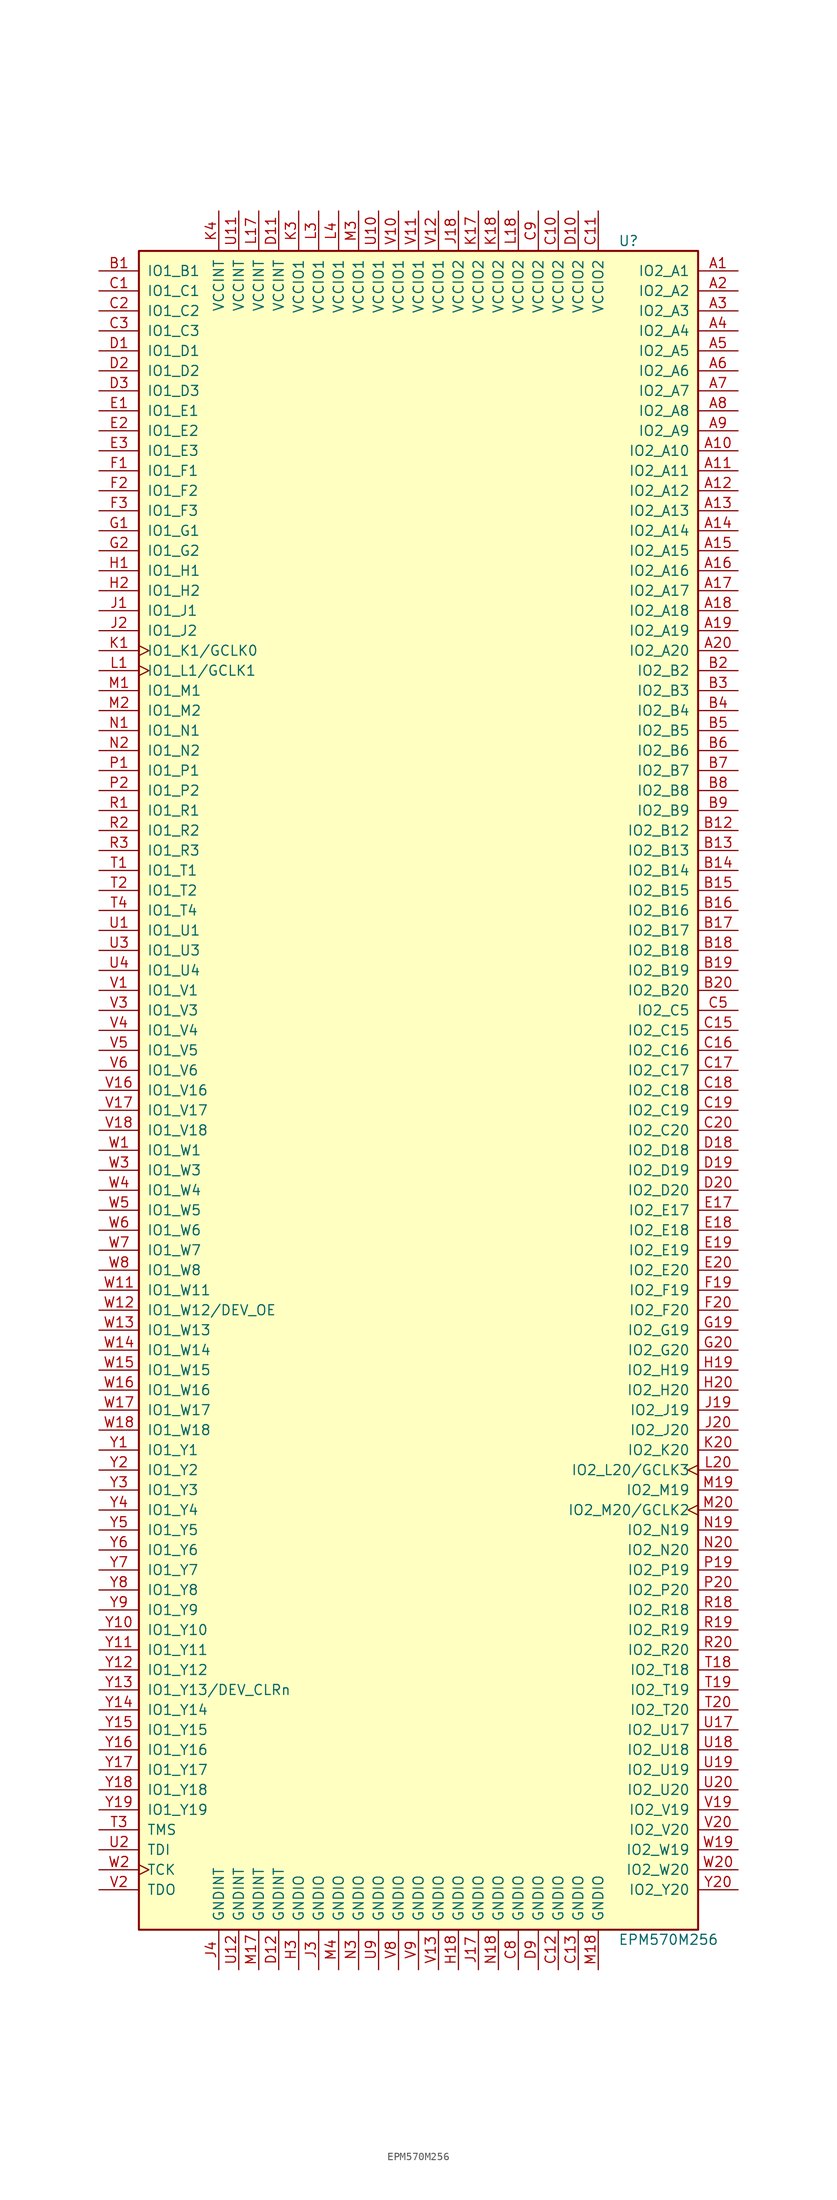
<source format=kicad_sym>
(kicad_symbol_lib
  (version 20211014)
  (generator kicad_symbol_editor)
  (symbol "EPM570M256"
    (pin_names
      (offset 1.016))
    (property "Reference" "U"
      (at 25.4 107.95 0)
      (effects (font (size 1.27 1.27)) (justify left)))
    (property "Value" "EPM570M256"
      (at 25.4 -107.95 0)
      (effects (font (size 1.27 1.27)) (justify left)))
    (property "ki_locked" ""
      (at 0 0 0)
      (effects (font (size 1.27 1.27))))
    (symbol "EPM570M256_1_1"
      (rectangle (start -35.56 106.68) (end 35.56 -106.68) (stroke (width 0.254) (type default) (color 0 0 0 0)) (fill (type background)))
      (pin bidirectional line (at 40.64 104.14 180) (length 5.08) (name "IO2_A1" (effects (font (size 1.27 1.27)))) (number "A1" (effects (font (size 1.27 1.27)))))
      (pin bidirectional line (at 40.64 81.28 180) (length 5.08) (name "IO2_A10" (effects (font (size 1.27 1.27)))) (number "A10" (effects (font (size 1.27 1.27)))))
      (pin bidirectional line (at 40.64 78.74 180) (length 5.08) (name "IO2_A11" (effects (font (size 1.27 1.27)))) (number "A11" (effects (font (size 1.27 1.27)))))
      (pin bidirectional line (at 40.64 76.2 180) (length 5.08) (name "IO2_A12" (effects (font (size 1.27 1.27)))) (number "A12" (effects (font (size 1.27 1.27)))))
      (pin bidirectional line (at 40.64 73.66 180) (length 5.08) (name "IO2_A13" (effects (font (size 1.27 1.27)))) (number "A13" (effects (font (size 1.27 1.27)))))
      (pin bidirectional line (at 40.64 71.12 180) (length 5.08) (name "IO2_A14" (effects (font (size 1.27 1.27)))) (number "A14" (effects (font (size 1.27 1.27)))))
      (pin bidirectional line (at 40.64 68.58 180) (length 5.08) (name "IO2_A15" (effects (font (size 1.27 1.27)))) (number "A15" (effects (font (size 1.27 1.27)))))
      (pin bidirectional line (at 40.64 66.04 180) (length 5.08) (name "IO2_A16" (effects (font (size 1.27 1.27)))) (number "A16" (effects (font (size 1.27 1.27)))))
      (pin bidirectional line (at 40.64 63.5 180) (length 5.08) (name "IO2_A17" (effects (font (size 1.27 1.27)))) (number "A17" (effects (font (size 1.27 1.27)))))
      (pin bidirectional line (at 40.64 60.96 180) (length 5.08) (name "IO2_A18" (effects (font (size 1.27 1.27)))) (number "A18" (effects (font (size 1.27 1.27)))))
      (pin bidirectional line (at 40.64 58.42 180) (length 5.08) (name "IO2_A19" (effects (font (size 1.27 1.27)))) (number "A19" (effects (font (size 1.27 1.27)))))
      (pin bidirectional line (at 40.64 101.6 180) (length 5.08) (name "IO2_A2" (effects (font (size 1.27 1.27)))) (number "A2" (effects (font (size 1.27 1.27)))))
      (pin bidirectional line (at 40.64 55.88 180) (length 5.08) (name "IO2_A20" (effects (font (size 1.27 1.27)))) (number "A20" (effects (font (size 1.27 1.27)))))
      (pin bidirectional line (at 40.64 99.06 180) (length 5.08) (name "IO2_A3" (effects (font (size 1.27 1.27)))) (number "A3" (effects (font (size 1.27 1.27)))))
      (pin bidirectional line (at 40.64 96.52 180) (length 5.08) (name "IO2_A4" (effects (font (size 1.27 1.27)))) (number "A4" (effects (font (size 1.27 1.27)))))
      (pin bidirectional line (at 40.64 93.98 180) (length 5.08) (name "IO2_A5" (effects (font (size 1.27 1.27)))) (number "A5" (effects (font (size 1.27 1.27)))))
      (pin bidirectional line (at 40.64 91.44 180) (length 5.08) (name "IO2_A6" (effects (font (size 1.27 1.27)))) (number "A6" (effects (font (size 1.27 1.27)))))
      (pin bidirectional line (at 40.64 88.9 180) (length 5.08) (name "IO2_A7" (effects (font (size 1.27 1.27)))) (number "A7" (effects (font (size 1.27 1.27)))))
      (pin bidirectional line (at 40.64 86.36 180) (length 5.08) (name "IO2_A8" (effects (font (size 1.27 1.27)))) (number "A8" (effects (font (size 1.27 1.27)))))
      (pin bidirectional line (at 40.64 83.82 180) (length 5.08) (name "IO2_A9" (effects (font (size 1.27 1.27)))) (number "A9" (effects (font (size 1.27 1.27)))))
      (pin bidirectional line (at -40.64 104.14 0) (length 5.08) (name "IO1_B1" (effects (font (size 1.27 1.27)))) (number "B1" (effects (font (size 1.27 1.27)))))
      (pin bidirectional line (at 40.64 33.02 180) (length 5.08) (name "IO2_B12" (effects (font (size 1.27 1.27)))) (number "B12" (effects (font (size 1.27 1.27)))))
      (pin bidirectional line (at 40.64 30.48 180) (length 5.08) (name "IO2_B13" (effects (font (size 1.27 1.27)))) (number "B13" (effects (font (size 1.27 1.27)))))
      (pin bidirectional line (at 40.64 27.94 180) (length 5.08) (name "IO2_B14" (effects (font (size 1.27 1.27)))) (number "B14" (effects (font (size 1.27 1.27)))))
      (pin bidirectional line (at 40.64 25.4 180) (length 5.08) (name "IO2_B15" (effects (font (size 1.27 1.27)))) (number "B15" (effects (font (size 1.27 1.27)))))
      (pin bidirectional line (at 40.64 22.86 180) (length 5.08) (name "IO2_B16" (effects (font (size 1.27 1.27)))) (number "B16" (effects (font (size 1.27 1.27)))))
      (pin bidirectional line (at 40.64 20.32 180) (length 5.08) (name "IO2_B17" (effects (font (size 1.27 1.27)))) (number "B17" (effects (font (size 1.27 1.27)))))
      (pin bidirectional line (at 40.64 17.78 180) (length 5.08) (name "IO2_B18" (effects (font (size 1.27 1.27)))) (number "B18" (effects (font (size 1.27 1.27)))))
      (pin bidirectional line (at 40.64 15.24 180) (length 5.08) (name "IO2_B19" (effects (font (size 1.27 1.27)))) (number "B19" (effects (font (size 1.27 1.27)))))
      (pin bidirectional line (at 40.64 53.34 180) (length 5.08) (name "IO2_B2" (effects (font (size 1.27 1.27)))) (number "B2" (effects (font (size 1.27 1.27)))))
      (pin bidirectional line (at 40.64 12.7 180) (length 5.08) (name "IO2_B20" (effects (font (size 1.27 1.27)))) (number "B20" (effects (font (size 1.27 1.27)))))
      (pin bidirectional line (at 40.64 50.8 180) (length 5.08) (name "IO2_B3" (effects (font (size 1.27 1.27)))) (number "B3" (effects (font (size 1.27 1.27)))))
      (pin bidirectional line (at 40.64 48.26 180) (length 5.08) (name "IO2_B4" (effects (font (size 1.27 1.27)))) (number "B4" (effects (font (size 1.27 1.27)))))
      (pin bidirectional line (at 40.64 45.72 180) (length 5.08) (name "IO2_B5" (effects (font (size 1.27 1.27)))) (number "B5" (effects (font (size 1.27 1.27)))))
      (pin bidirectional line (at 40.64 43.18 180) (length 5.08) (name "IO2_B6" (effects (font (size 1.27 1.27)))) (number "B6" (effects (font (size 1.27 1.27)))))
      (pin bidirectional line (at 40.64 40.64 180) (length 5.08) (name "IO2_B7" (effects (font (size 1.27 1.27)))) (number "B7" (effects (font (size 1.27 1.27)))))
      (pin bidirectional line (at 40.64 38.1 180) (length 5.08) (name "IO2_B8" (effects (font (size 1.27 1.27)))) (number "B8" (effects (font (size 1.27 1.27)))))
      (pin bidirectional line (at 40.64 35.56 180) (length 5.08) (name "IO2_B9" (effects (font (size 1.27 1.27)))) (number "B9" (effects (font (size 1.27 1.27)))))
      (pin bidirectional line (at -40.64 101.6 0) (length 5.08) (name "IO1_C1" (effects (font (size 1.27 1.27)))) (number "C1" (effects (font (size 1.27 1.27)))))
      (pin power_in line (at 17.78 111.76 270) (length 5.08) (name "VCCIO2" (effects (font (size 1.27 1.27)))) (number "C10" (effects (font (size 1.27 1.27)))))
      (pin power_in line (at 22.86 111.76 270) (length 5.08) (name "VCCIO2" (effects (font (size 1.27 1.27)))) (number "C11" (effects (font (size 1.27 1.27)))))
      (pin power_in line (at 17.78 -111.76 90) (length 5.08) (name "GNDIO" (effects (font (size 1.27 1.27)))) (number "C12" (effects (font (size 1.27 1.27)))))
      (pin power_in line (at 20.32 -111.76 90) (length 5.08) (name "GNDIO" (effects (font (size 1.27 1.27)))) (number "C13" (effects (font (size 1.27 1.27)))))
      (pin bidirectional line (at 40.64 7.62 180) (length 5.08) (name "IO2_C15" (effects (font (size 1.27 1.27)))) (number "C15" (effects (font (size 1.27 1.27)))))
      (pin bidirectional line (at 40.64 5.08 180) (length 5.08) (name "IO2_C16" (effects (font (size 1.27 1.27)))) (number "C16" (effects (font (size 1.27 1.27)))))
      (pin bidirectional line (at 40.64 2.54 180) (length 5.08) (name "IO2_C17" (effects (font (size 1.27 1.27)))) (number "C17" (effects (font (size 1.27 1.27)))))
      (pin bidirectional line (at 40.64 0 180) (length 5.08) (name "IO2_C18" (effects (font (size 1.27 1.27)))) (number "C18" (effects (font (size 1.27 1.27)))))
      (pin bidirectional line (at 40.64 -2.54 180) (length 5.08) (name "IO2_C19" (effects (font (size 1.27 1.27)))) (number "C19" (effects (font (size 1.27 1.27)))))
      (pin bidirectional line (at -40.64 99.06 0) (length 5.08) (name "IO1_C2" (effects (font (size 1.27 1.27)))) (number "C2" (effects (font (size 1.27 1.27)))))
      (pin bidirectional line (at 40.64 -5.08 180) (length 5.08) (name "IO2_C20" (effects (font (size 1.27 1.27)))) (number "C20" (effects (font (size 1.27 1.27)))))
      (pin bidirectional line (at -40.64 96.52 0) (length 5.08) (name "IO1_C3" (effects (font (size 1.27 1.27)))) (number "C3" (effects (font (size 1.27 1.27)))))
      (pin bidirectional line (at 40.64 10.16 180) (length 5.08) (name "IO2_C5" (effects (font (size 1.27 1.27)))) (number "C5" (effects (font (size 1.27 1.27)))))
      (pin power_in line (at 12.7 -111.76 90) (length 5.08) (name "GNDIO" (effects (font (size 1.27 1.27)))) (number "C8" (effects (font (size 1.27 1.27)))))
      (pin power_in line (at 15.24 111.76 270) (length 5.08) (name "VCCIO2" (effects (font (size 1.27 1.27)))) (number "C9" (effects (font (size 1.27 1.27)))))
      (pin bidirectional line (at -40.64 93.98 0) (length 5.08) (name "IO1_D1" (effects (font (size 1.27 1.27)))) (number "D1" (effects (font (size 1.27 1.27)))))
      (pin power_in line (at 20.32 111.76 270) (length 5.08) (name "VCCIO2" (effects (font (size 1.27 1.27)))) (number "D10" (effects (font (size 1.27 1.27)))))
      (pin power_in line (at -17.78 111.76 270) (length 5.08) (name "VCCINT" (effects (font (size 1.27 1.27)))) (number "D11" (effects (font (size 1.27 1.27)))))
      (pin power_in line (at -17.78 -111.76 90) (length 5.08) (name "GNDINT" (effects (font (size 1.27 1.27)))) (number "D12" (effects (font (size 1.27 1.27)))))
      (pin bidirectional line (at 40.64 -7.62 180) (length 5.08) (name "IO2_D18" (effects (font (size 1.27 1.27)))) (number "D18" (effects (font (size 1.27 1.27)))))
      (pin bidirectional line (at 40.64 -10.16 180) (length 5.08) (name "IO2_D19" (effects (font (size 1.27 1.27)))) (number "D19" (effects (font (size 1.27 1.27)))))
      (pin bidirectional line (at -40.64 91.44 0) (length 5.08) (name "IO1_D2" (effects (font (size 1.27 1.27)))) (number "D2" (effects (font (size 1.27 1.27)))))
      (pin bidirectional line (at 40.64 -12.7 180) (length 5.08) (name "IO2_D20" (effects (font (size 1.27 1.27)))) (number "D20" (effects (font (size 1.27 1.27)))))
      (pin bidirectional line (at -40.64 88.9 0) (length 5.08) (name "IO1_D3" (effects (font (size 1.27 1.27)))) (number "D3" (effects (font (size 1.27 1.27)))))
      (pin power_in line (at 15.24 -111.76 90) (length 5.08) (name "GNDIO" (effects (font (size 1.27 1.27)))) (number "D9" (effects (font (size 1.27 1.27)))))
      (pin bidirectional line (at -40.64 86.36 0) (length 5.08) (name "IO1_E1" (effects (font (size 1.27 1.27)))) (number "E1" (effects (font (size 1.27 1.27)))))
      (pin bidirectional line (at 40.64 -15.24 180) (length 5.08) (name "IO2_E17" (effects (font (size 1.27 1.27)))) (number "E17" (effects (font (size 1.27 1.27)))))
      (pin bidirectional line (at 40.64 -17.78 180) (length 5.08) (name "IO2_E18" (effects (font (size 1.27 1.27)))) (number "E18" (effects (font (size 1.27 1.27)))))
      (pin bidirectional line (at 40.64 -20.32 180) (length 5.08) (name "IO2_E19" (effects (font (size 1.27 1.27)))) (number "E19" (effects (font (size 1.27 1.27)))))
      (pin bidirectional line (at -40.64 83.82 0) (length 5.08) (name "IO1_E2" (effects (font (size 1.27 1.27)))) (number "E2" (effects (font (size 1.27 1.27)))))
      (pin bidirectional line (at 40.64 -22.86 180) (length 5.08) (name "IO2_E20" (effects (font (size 1.27 1.27)))) (number "E20" (effects (font (size 1.27 1.27)))))
      (pin bidirectional line (at -40.64 81.28 0) (length 5.08) (name "IO1_E3" (effects (font (size 1.27 1.27)))) (number "E3" (effects (font (size 1.27 1.27)))))
      (pin bidirectional line (at -40.64 78.74 0) (length 5.08) (name "IO1_F1" (effects (font (size 1.27 1.27)))) (number "F1" (effects (font (size 1.27 1.27)))))
      (pin bidirectional line (at 40.64 -25.4 180) (length 5.08) (name "IO2_F19" (effects (font (size 1.27 1.27)))) (number "F19" (effects (font (size 1.27 1.27)))))
      (pin bidirectional line (at -40.64 76.2 0) (length 5.08) (name "IO1_F2" (effects (font (size 1.27 1.27)))) (number "F2" (effects (font (size 1.27 1.27)))))
      (pin bidirectional line (at 40.64 -27.94 180) (length 5.08) (name "IO2_F20" (effects (font (size 1.27 1.27)))) (number "F20" (effects (font (size 1.27 1.27)))))
      (pin bidirectional line (at -40.64 73.66 0) (length 5.08) (name "IO1_F3" (effects (font (size 1.27 1.27)))) (number "F3" (effects (font (size 1.27 1.27)))))
      (pin bidirectional line (at -40.64 71.12 0) (length 5.08) (name "IO1_G1" (effects (font (size 1.27 1.27)))) (number "G1" (effects (font (size 1.27 1.27)))))
      (pin bidirectional line (at 40.64 -30.48 180) (length 5.08) (name "IO2_G19" (effects (font (size 1.27 1.27)))) (number "G19" (effects (font (size 1.27 1.27)))))
      (pin bidirectional line (at -40.64 68.58 0) (length 5.08) (name "IO1_G2" (effects (font (size 1.27 1.27)))) (number "G2" (effects (font (size 1.27 1.27)))))
      (pin bidirectional line (at 40.64 -33.02 180) (length 5.08) (name "IO2_G20" (effects (font (size 1.27 1.27)))) (number "G20" (effects (font (size 1.27 1.27)))))
      (pin bidirectional line (at -40.64 66.04 0) (length 5.08) (name "IO1_H1" (effects (font (size 1.27 1.27)))) (number "H1" (effects (font (size 1.27 1.27)))))
      (pin power_in line (at 5.08 -111.76 90) (length 5.08) (name "GNDIO" (effects (font (size 1.27 1.27)))) (number "H18" (effects (font (size 1.27 1.27)))))
      (pin bidirectional line (at 40.64 -35.56 180) (length 5.08) (name "IO2_H19" (effects (font (size 1.27 1.27)))) (number "H19" (effects (font (size 1.27 1.27)))))
      (pin bidirectional line (at -40.64 63.5 0) (length 5.08) (name "IO1_H2" (effects (font (size 1.27 1.27)))) (number "H2" (effects (font (size 1.27 1.27)))))
      (pin bidirectional line (at 40.64 -38.1 180) (length 5.08) (name "IO2_H20" (effects (font (size 1.27 1.27)))) (number "H20" (effects (font (size 1.27 1.27)))))
      (pin power_in line (at -15.24 -111.76 90) (length 5.08) (name "GNDIO" (effects (font (size 1.27 1.27)))) (number "H3" (effects (font (size 1.27 1.27)))))
      (pin bidirectional line (at -40.64 60.96 0) (length 5.08) (name "IO1_J1" (effects (font (size 1.27 1.27)))) (number "J1" (effects (font (size 1.27 1.27)))))
      (pin power_in line (at 7.62 -111.76 90) (length 5.08) (name "GNDIO" (effects (font (size 1.27 1.27)))) (number "J17" (effects (font (size 1.27 1.27)))))
      (pin power_in line (at 5.08 111.76 270) (length 5.08) (name "VCCIO2" (effects (font (size 1.27 1.27)))) (number "J18" (effects (font (size 1.27 1.27)))))
      (pin bidirectional line (at 40.64 -40.64 180) (length 5.08) (name "IO2_J19" (effects (font (size 1.27 1.27)))) (number "J19" (effects (font (size 1.27 1.27)))))
      (pin bidirectional line (at -40.64 58.42 0) (length 5.08) (name "IO1_J2" (effects (font (size 1.27 1.27)))) (number "J2" (effects (font (size 1.27 1.27)))))
      (pin bidirectional line (at 40.64 -43.18 180) (length 5.08) (name "IO2_J20" (effects (font (size 1.27 1.27)))) (number "J20" (effects (font (size 1.27 1.27)))))
      (pin power_in line (at -12.7 -111.76 90) (length 5.08) (name "GNDIO" (effects (font (size 1.27 1.27)))) (number "J3" (effects (font (size 1.27 1.27)))))
      (pin power_in line (at -25.4 -111.76 90) (length 5.08) (name "GNDINT" (effects (font (size 1.27 1.27)))) (number "J4" (effects (font (size 1.27 1.27)))))
      (pin bidirectional clock (at -40.64 55.88 0) (length 5.08) (name "IO1_K1/GCLK0" (effects (font (size 1.27 1.27)))) (number "K1" (effects (font (size 1.27 1.27)))))
      (pin power_in line (at 7.62 111.76 270) (length 5.08) (name "VCCIO2" (effects (font (size 1.27 1.27)))) (number "K17" (effects (font (size 1.27 1.27)))))
      (pin power_in line (at 10.16 111.76 270) (length 5.08) (name "VCCIO2" (effects (font (size 1.27 1.27)))) (number "K18" (effects (font (size 1.27 1.27)))))
      (pin bidirectional line (at 40.64 -45.72 180) (length 5.08) (name "IO2_K20" (effects (font (size 1.27 1.27)))) (number "K20" (effects (font (size 1.27 1.27)))))
      (pin power_in line (at -15.24 111.76 270) (length 5.08) (name "VCCIO1" (effects (font (size 1.27 1.27)))) (number "K3" (effects (font (size 1.27 1.27)))))
      (pin power_in line (at -25.4 111.76 270) (length 5.08) (name "VCCINT" (effects (font (size 1.27 1.27)))) (number "K4" (effects (font (size 1.27 1.27)))))
      (pin bidirectional clock (at -40.64 53.34 0) (length 5.08) (name "IO1_L1/GCLK1" (effects (font (size 1.27 1.27)))) (number "L1" (effects (font (size 1.27 1.27)))))
      (pin power_in line (at -20.32 111.76 270) (length 5.08) (name "VCCINT" (effects (font (size 1.27 1.27)))) (number "L17" (effects (font (size 1.27 1.27)))))
      (pin power_in line (at 12.7 111.76 270) (length 5.08) (name "VCCIO2" (effects (font (size 1.27 1.27)))) (number "L18" (effects (font (size 1.27 1.27)))))
      (pin bidirectional clock (at 40.64 -48.26 180) (length 5.08) (name "IO2_L20/GCLK3" (effects (font (size 1.27 1.27)))) (number "L20" (effects (font (size 1.27 1.27)))))
      (pin power_in line (at -12.7 111.76 270) (length 5.08) (name "VCCIO1" (effects (font (size 1.27 1.27)))) (number "L3" (effects (font (size 1.27 1.27)))))
      (pin power_in line (at -10.16 111.76 270) (length 5.08) (name "VCCIO1" (effects (font (size 1.27 1.27)))) (number "L4" (effects (font (size 1.27 1.27)))))
      (pin bidirectional line (at -40.64 50.8 0) (length 5.08) (name "IO1_M1" (effects (font (size 1.27 1.27)))) (number "M1" (effects (font (size 1.27 1.27)))))
      (pin power_in line (at -20.32 -111.76 90) (length 5.08) (name "GNDINT" (effects (font (size 1.27 1.27)))) (number "M17" (effects (font (size 1.27 1.27)))))
      (pin power_in line (at 22.86 -111.76 90) (length 5.08) (name "GNDIO" (effects (font (size 1.27 1.27)))) (number "M18" (effects (font (size 1.27 1.27)))))
      (pin bidirectional line (at 40.64 -50.8 180) (length 5.08) (name "IO2_M19" (effects (font (size 1.27 1.27)))) (number "M19" (effects (font (size 1.27 1.27)))))
      (pin bidirectional line (at -40.64 48.26 0) (length 5.08) (name "IO1_M2" (effects (font (size 1.27 1.27)))) (number "M2" (effects (font (size 1.27 1.27)))))
      (pin bidirectional clock (at 40.64 -53.34 180) (length 5.08) (name "IO2_M20/GCLK2" (effects (font (size 1.27 1.27)))) (number "M20" (effects (font (size 1.27 1.27)))))
      (pin power_in line (at -7.62 111.76 270) (length 5.08) (name "VCCIO1" (effects (font (size 1.27 1.27)))) (number "M3" (effects (font (size 1.27 1.27)))))
      (pin power_in line (at -10.16 -111.76 90) (length 5.08) (name "GNDIO" (effects (font (size 1.27 1.27)))) (number "M4" (effects (font (size 1.27 1.27)))))
      (pin bidirectional line (at -40.64 45.72 0) (length 5.08) (name "IO1_N1" (effects (font (size 1.27 1.27)))) (number "N1" (effects (font (size 1.27 1.27)))))
      (pin power_in line (at 10.16 -111.76 90) (length 5.08) (name "GNDIO" (effects (font (size 1.27 1.27)))) (number "N18" (effects (font (size 1.27 1.27)))))
      (pin bidirectional line (at 40.64 -55.88 180) (length 5.08) (name "IO2_N19" (effects (font (size 1.27 1.27)))) (number "N19" (effects (font (size 1.27 1.27)))))
      (pin bidirectional line (at -40.64 43.18 0) (length 5.08) (name "IO1_N2" (effects (font (size 1.27 1.27)))) (number "N2" (effects (font (size 1.27 1.27)))))
      (pin bidirectional line (at 40.64 -58.42 180) (length 5.08) (name "IO2_N20" (effects (font (size 1.27 1.27)))) (number "N20" (effects (font (size 1.27 1.27)))))
      (pin power_in line (at -7.62 -111.76 90) (length 5.08) (name "GNDIO" (effects (font (size 1.27 1.27)))) (number "N3" (effects (font (size 1.27 1.27)))))
      (pin bidirectional line (at -40.64 40.64 0) (length 5.08) (name "IO1_P1" (effects (font (size 1.27 1.27)))) (number "P1" (effects (font (size 1.27 1.27)))))
      (pin bidirectional line (at 40.64 -60.96 180) (length 5.08) (name "IO2_P19" (effects (font (size 1.27 1.27)))) (number "P19" (effects (font (size 1.27 1.27)))))
      (pin bidirectional line (at -40.64 38.1 0) (length 5.08) (name "IO1_P2" (effects (font (size 1.27 1.27)))) (number "P2" (effects (font (size 1.27 1.27)))))
      (pin bidirectional line (at 40.64 -63.5 180) (length 5.08) (name "IO2_P20" (effects (font (size 1.27 1.27)))) (number "P20" (effects (font (size 1.27 1.27)))))
      (pin bidirectional line (at -40.64 35.56 0) (length 5.08) (name "IO1_R1" (effects (font (size 1.27 1.27)))) (number "R1" (effects (font (size 1.27 1.27)))))
      (pin bidirectional line (at 40.64 -66.04 180) (length 5.08) (name "IO2_R18" (effects (font (size 1.27 1.27)))) (number "R18" (effects (font (size 1.27 1.27)))))
      (pin bidirectional line (at 40.64 -68.58 180) (length 5.08) (name "IO2_R19" (effects (font (size 1.27 1.27)))) (number "R19" (effects (font (size 1.27 1.27)))))
      (pin bidirectional line (at -40.64 33.02 0) (length 5.08) (name "IO1_R2" (effects (font (size 1.27 1.27)))) (number "R2" (effects (font (size 1.27 1.27)))))
      (pin bidirectional line (at 40.64 -71.12 180) (length 5.08) (name "IO2_R20" (effects (font (size 1.27 1.27)))) (number "R20" (effects (font (size 1.27 1.27)))))
      (pin bidirectional line (at -40.64 30.48 0) (length 5.08) (name "IO1_R3" (effects (font (size 1.27 1.27)))) (number "R3" (effects (font (size 1.27 1.27)))))
      (pin bidirectional line (at -40.64 27.94 0) (length 5.08) (name "IO1_T1" (effects (font (size 1.27 1.27)))) (number "T1" (effects (font (size 1.27 1.27)))))
      (pin bidirectional line (at 40.64 -73.66 180) (length 5.08) (name "IO2_T18" (effects (font (size 1.27 1.27)))) (number "T18" (effects (font (size 1.27 1.27)))))
      (pin bidirectional line (at 40.64 -76.2 180) (length 5.08) (name "IO2_T19" (effects (font (size 1.27 1.27)))) (number "T19" (effects (font (size 1.27 1.27)))))
      (pin bidirectional line (at -40.64 25.4 0) (length 5.08) (name "IO1_T2" (effects (font (size 1.27 1.27)))) (number "T2" (effects (font (size 1.27 1.27)))))
      (pin bidirectional line (at 40.64 -78.74 180) (length 5.08) (name "IO2_T20" (effects (font (size 1.27 1.27)))) (number "T20" (effects (font (size 1.27 1.27)))))
      (pin input line (at -40.64 -93.98 0) (length 5.08) (name "TMS" (effects (font (size 1.27 1.27)))) (number "T3" (effects (font (size 1.27 1.27)))))
      (pin bidirectional line (at -40.64 22.86 0) (length 5.08) (name "IO1_T4" (effects (font (size 1.27 1.27)))) (number "T4" (effects (font (size 1.27 1.27)))))
      (pin bidirectional line (at -40.64 20.32 0) (length 5.08) (name "IO1_U1" (effects (font (size 1.27 1.27)))) (number "U1" (effects (font (size 1.27 1.27)))))
      (pin power_in line (at -5.08 111.76 270) (length 5.08) (name "VCCIO1" (effects (font (size 1.27 1.27)))) (number "U10" (effects (font (size 1.27 1.27)))))
      (pin power_in line (at -22.86 111.76 270) (length 5.08) (name "VCCINT" (effects (font (size 1.27 1.27)))) (number "U11" (effects (font (size 1.27 1.27)))))
      (pin power_in line (at -22.86 -111.76 90) (length 5.08) (name "GNDINT" (effects (font (size 1.27 1.27)))) (number "U12" (effects (font (size 1.27 1.27)))))
      (pin bidirectional line (at 40.64 -81.28 180) (length 5.08) (name "IO2_U17" (effects (font (size 1.27 1.27)))) (number "U17" (effects (font (size 1.27 1.27)))))
      (pin bidirectional line (at 40.64 -83.82 180) (length 5.08) (name "IO2_U18" (effects (font (size 1.27 1.27)))) (number "U18" (effects (font (size 1.27 1.27)))))
      (pin bidirectional line (at 40.64 -86.36 180) (length 5.08) (name "IO2_U19" (effects (font (size 1.27 1.27)))) (number "U19" (effects (font (size 1.27 1.27)))))
      (pin input line (at -40.64 -96.52 0) (length 5.08) (name "TDI" (effects (font (size 1.27 1.27)))) (number "U2" (effects (font (size 1.27 1.27)))))
      (pin bidirectional line (at 40.64 -88.9 180) (length 5.08) (name "IO2_U20" (effects (font (size 1.27 1.27)))) (number "U20" (effects (font (size 1.27 1.27)))))
      (pin bidirectional line (at -40.64 17.78 0) (length 5.08) (name "IO1_U3" (effects (font (size 1.27 1.27)))) (number "U3" (effects (font (size 1.27 1.27)))))
      (pin bidirectional line (at -40.64 15.24 0) (length 5.08) (name "IO1_U4" (effects (font (size 1.27 1.27)))) (number "U4" (effects (font (size 1.27 1.27)))))
      (pin power_in line (at -5.08 -111.76 90) (length 5.08) (name "GNDIO" (effects (font (size 1.27 1.27)))) (number "U9" (effects (font (size 1.27 1.27)))))
      (pin bidirectional line (at -40.64 12.7 0) (length 5.08) (name "IO1_V1" (effects (font (size 1.27 1.27)))) (number "V1" (effects (font (size 1.27 1.27)))))
      (pin power_in line (at -2.54 111.76 270) (length 5.08) (name "VCCIO1" (effects (font (size 1.27 1.27)))) (number "V10" (effects (font (size 1.27 1.27)))))
      (pin power_in line (at 0 111.76 270) (length 5.08) (name "VCCIO1" (effects (font (size 1.27 1.27)))) (number "V11" (effects (font (size 1.27 1.27)))))
      (pin power_in line (at 2.54 111.76 270) (length 5.08) (name "VCCIO1" (effects (font (size 1.27 1.27)))) (number "V12" (effects (font (size 1.27 1.27)))))
      (pin power_in line (at 2.54 -111.76 90) (length 5.08) (name "GNDIO" (effects (font (size 1.27 1.27)))) (number "V13" (effects (font (size 1.27 1.27)))))
      (pin bidirectional line (at -40.64 0 0) (length 5.08) (name "IO1_V16" (effects (font (size 1.27 1.27)))) (number "V16" (effects (font (size 1.27 1.27)))))
      (pin bidirectional line (at -40.64 -2.54 0) (length 5.08) (name "IO1_V17" (effects (font (size 1.27 1.27)))) (number "V17" (effects (font (size 1.27 1.27)))))
      (pin bidirectional line (at -40.64 -5.08 0) (length 5.08) (name "IO1_V18" (effects (font (size 1.27 1.27)))) (number "V18" (effects (font (size 1.27 1.27)))))
      (pin bidirectional line (at 40.64 -91.44 180) (length 5.08) (name "IO2_V19" (effects (font (size 1.27 1.27)))) (number "V19" (effects (font (size 1.27 1.27)))))
      (pin output line (at -40.64 -101.6 0) (length 5.08) (name "TDO" (effects (font (size 1.27 1.27)))) (number "V2" (effects (font (size 1.27 1.27)))))
      (pin bidirectional line (at 40.64 -93.98 180) (length 5.08) (name "IO2_V20" (effects (font (size 1.27 1.27)))) (number "V20" (effects (font (size 1.27 1.27)))))
      (pin bidirectional line (at -40.64 10.16 0) (length 5.08) (name "IO1_V3" (effects (font (size 1.27 1.27)))) (number "V3" (effects (font (size 1.27 1.27)))))
      (pin bidirectional line (at -40.64 7.62 0) (length 5.08) (name "IO1_V4" (effects (font (size 1.27 1.27)))) (number "V4" (effects (font (size 1.27 1.27)))))
      (pin bidirectional line (at -40.64 5.08 0) (length 5.08) (name "IO1_V5" (effects (font (size 1.27 1.27)))) (number "V5" (effects (font (size 1.27 1.27)))))
      (pin bidirectional line (at -40.64 2.54 0) (length 5.08) (name "IO1_V6" (effects (font (size 1.27 1.27)))) (number "V6" (effects (font (size 1.27 1.27)))))
      (pin power_in line (at -2.54 -111.76 90) (length 5.08) (name "GNDIO" (effects (font (size 1.27 1.27)))) (number "V8" (effects (font (size 1.27 1.27)))))
      (pin power_in line (at 0 -111.76 90) (length 5.08) (name "GNDIO" (effects (font (size 1.27 1.27)))) (number "V9" (effects (font (size 1.27 1.27)))))
      (pin bidirectional line (at -40.64 -7.62 0) (length 5.08) (name "IO1_W1" (effects (font (size 1.27 1.27)))) (number "W1" (effects (font (size 1.27 1.27)))))
      (pin bidirectional line (at -40.64 -25.4 0) (length 5.08) (name "IO1_W11" (effects (font (size 1.27 1.27)))) (number "W11" (effects (font (size 1.27 1.27)))))
      (pin bidirectional line (at -40.64 -27.94 0) (length 5.08) (name "IO1_W12/DEV_OE" (effects (font (size 1.27 1.27)))) (number "W12" (effects (font (size 1.27 1.27)))))
      (pin bidirectional line (at -40.64 -30.48 0) (length 5.08) (name "IO1_W13" (effects (font (size 1.27 1.27)))) (number "W13" (effects (font (size 1.27 1.27)))))
      (pin bidirectional line (at -40.64 -33.02 0) (length 5.08) (name "IO1_W14" (effects (font (size 1.27 1.27)))) (number "W14" (effects (font (size 1.27 1.27)))))
      (pin bidirectional line (at -40.64 -35.56 0) (length 5.08) (name "IO1_W15" (effects (font (size 1.27 1.27)))) (number "W15" (effects (font (size 1.27 1.27)))))
      (pin bidirectional line (at -40.64 -38.1 0) (length 5.08) (name "IO1_W16" (effects (font (size 1.27 1.27)))) (number "W16" (effects (font (size 1.27 1.27)))))
      (pin bidirectional line (at -40.64 -40.64 0) (length 5.08) (name "IO1_W17" (effects (font (size 1.27 1.27)))) (number "W17" (effects (font (size 1.27 1.27)))))
      (pin bidirectional line (at -40.64 -43.18 0) (length 5.08) (name "IO1_W18" (effects (font (size 1.27 1.27)))) (number "W18" (effects (font (size 1.27 1.27)))))
      (pin bidirectional line (at 40.64 -96.52 180) (length 5.08) (name "IO2_W19" (effects (font (size 1.27 1.27)))) (number "W19" (effects (font (size 1.27 1.27)))))
      (pin input clock (at -40.64 -99.06 0) (length 5.08) (name "TCK" (effects (font (size 1.27 1.27)))) (number "W2" (effects (font (size 1.27 1.27)))))
      (pin bidirectional line (at 40.64 -99.06 180) (length 5.08) (name "IO2_W20" (effects (font (size 1.27 1.27)))) (number "W20" (effects (font (size 1.27 1.27)))))
      (pin bidirectional line (at -40.64 -10.16 0) (length 5.08) (name "IO1_W3" (effects (font (size 1.27 1.27)))) (number "W3" (effects (font (size 1.27 1.27)))))
      (pin bidirectional line (at -40.64 -12.7 0) (length 5.08) (name "IO1_W4" (effects (font (size 1.27 1.27)))) (number "W4" (effects (font (size 1.27 1.27)))))
      (pin bidirectional line (at -40.64 -15.24 0) (length 5.08) (name "IO1_W5" (effects (font (size 1.27 1.27)))) (number "W5" (effects (font (size 1.27 1.27)))))
      (pin bidirectional line (at -40.64 -17.78 0) (length 5.08) (name "IO1_W6" (effects (font (size 1.27 1.27)))) (number "W6" (effects (font (size 1.27 1.27)))))
      (pin bidirectional line (at -40.64 -20.32 0) (length 5.08) (name "IO1_W7" (effects (font (size 1.27 1.27)))) (number "W7" (effects (font (size 1.27 1.27)))))
      (pin bidirectional line (at -40.64 -22.86 0) (length 5.08) (name "IO1_W8" (effects (font (size 1.27 1.27)))) (number "W8" (effects (font (size 1.27 1.27)))))
      (pin bidirectional line (at -40.64 -45.72 0) (length 5.08) (name "IO1_Y1" (effects (font (size 1.27 1.27)))) (number "Y1" (effects (font (size 1.27 1.27)))))
      (pin bidirectional line (at -40.64 -68.58 0) (length 5.08) (name "IO1_Y10" (effects (font (size 1.27 1.27)))) (number "Y10" (effects (font (size 1.27 1.27)))))
      (pin bidirectional line (at -40.64 -71.12 0) (length 5.08) (name "IO1_Y11" (effects (font (size 1.27 1.27)))) (number "Y11" (effects (font (size 1.27 1.27)))))
      (pin bidirectional line (at -40.64 -73.66 0) (length 5.08) (name "IO1_Y12" (effects (font (size 1.27 1.27)))) (number "Y12" (effects (font (size 1.27 1.27)))))
      (pin bidirectional line (at -40.64 -76.2 0) (length 5.08) (name "IO1_Y13/DEV_CLRn" (effects (font (size 1.27 1.27)))) (number "Y13" (effects (font (size 1.27 1.27)))))
      (pin bidirectional line (at -40.64 -78.74 0) (length 5.08) (name "IO1_Y14" (effects (font (size 1.27 1.27)))) (number "Y14" (effects (font (size 1.27 1.27)))))
      (pin bidirectional line (at -40.64 -81.28 0) (length 5.08) (name "IO1_Y15" (effects (font (size 1.27 1.27)))) (number "Y15" (effects (font (size 1.27 1.27)))))
      (pin bidirectional line (at -40.64 -83.82 0) (length 5.08) (name "IO1_Y16" (effects (font (size 1.27 1.27)))) (number "Y16" (effects (font (size 1.27 1.27)))))
      (pin bidirectional line (at -40.64 -86.36 0) (length 5.08) (name "IO1_Y17" (effects (font (size 1.27 1.27)))) (number "Y17" (effects (font (size 1.27 1.27)))))
      (pin bidirectional line (at -40.64 -88.9 0) (length 5.08) (name "IO1_Y18" (effects (font (size 1.27 1.27)))) (number "Y18" (effects (font (size 1.27 1.27)))))
      (pin bidirectional line (at -40.64 -91.44 0) (length 5.08) (name "IO1_Y19" (effects (font (size 1.27 1.27)))) (number "Y19" (effects (font (size 1.27 1.27)))))
      (pin bidirectional line (at -40.64 -48.26 0) (length 5.08) (name "IO1_Y2" (effects (font (size 1.27 1.27)))) (number "Y2" (effects (font (size 1.27 1.27)))))
      (pin bidirectional line (at 40.64 -101.6 180) (length 5.08) (name "IO2_Y20" (effects (font (size 1.27 1.27)))) (number "Y20" (effects (font (size 1.27 1.27)))))
      (pin bidirectional line (at -40.64 -50.8 0) (length 5.08) (name "IO1_Y3" (effects (font (size 1.27 1.27)))) (number "Y3" (effects (font (size 1.27 1.27)))))
      (pin bidirectional line (at -40.64 -53.34 0) (length 5.08) (name "IO1_Y4" (effects (font (size 1.27 1.27)))) (number "Y4" (effects (font (size 1.27 1.27)))))
      (pin bidirectional line (at -40.64 -55.88 0) (length 5.08) (name "IO1_Y5" (effects (font (size 1.27 1.27)))) (number "Y5" (effects (font (size 1.27 1.27)))))
      (pin bidirectional line (at -40.64 -58.42 0) (length 5.08) (name "IO1_Y6" (effects (font (size 1.27 1.27)))) (number "Y6" (effects (font (size 1.27 1.27)))))
      (pin bidirectional line (at -40.64 -60.96 0) (length 5.08) (name "IO1_Y7" (effects (font (size 1.27 1.27)))) (number "Y7" (effects (font (size 1.27 1.27)))))
      (pin bidirectional line (at -40.64 -63.5 0) (length 5.08) (name "IO1_Y8" (effects (font (size 1.27 1.27)))) (number "Y8" (effects (font (size 1.27 1.27)))))
      (pin bidirectional line (at -40.64 -66.04 0) (length 5.08) (name "IO1_Y9" (effects (font (size 1.27 1.27)))) (number "Y9" (effects (font (size 1.27 1.27))))))))
</source>
